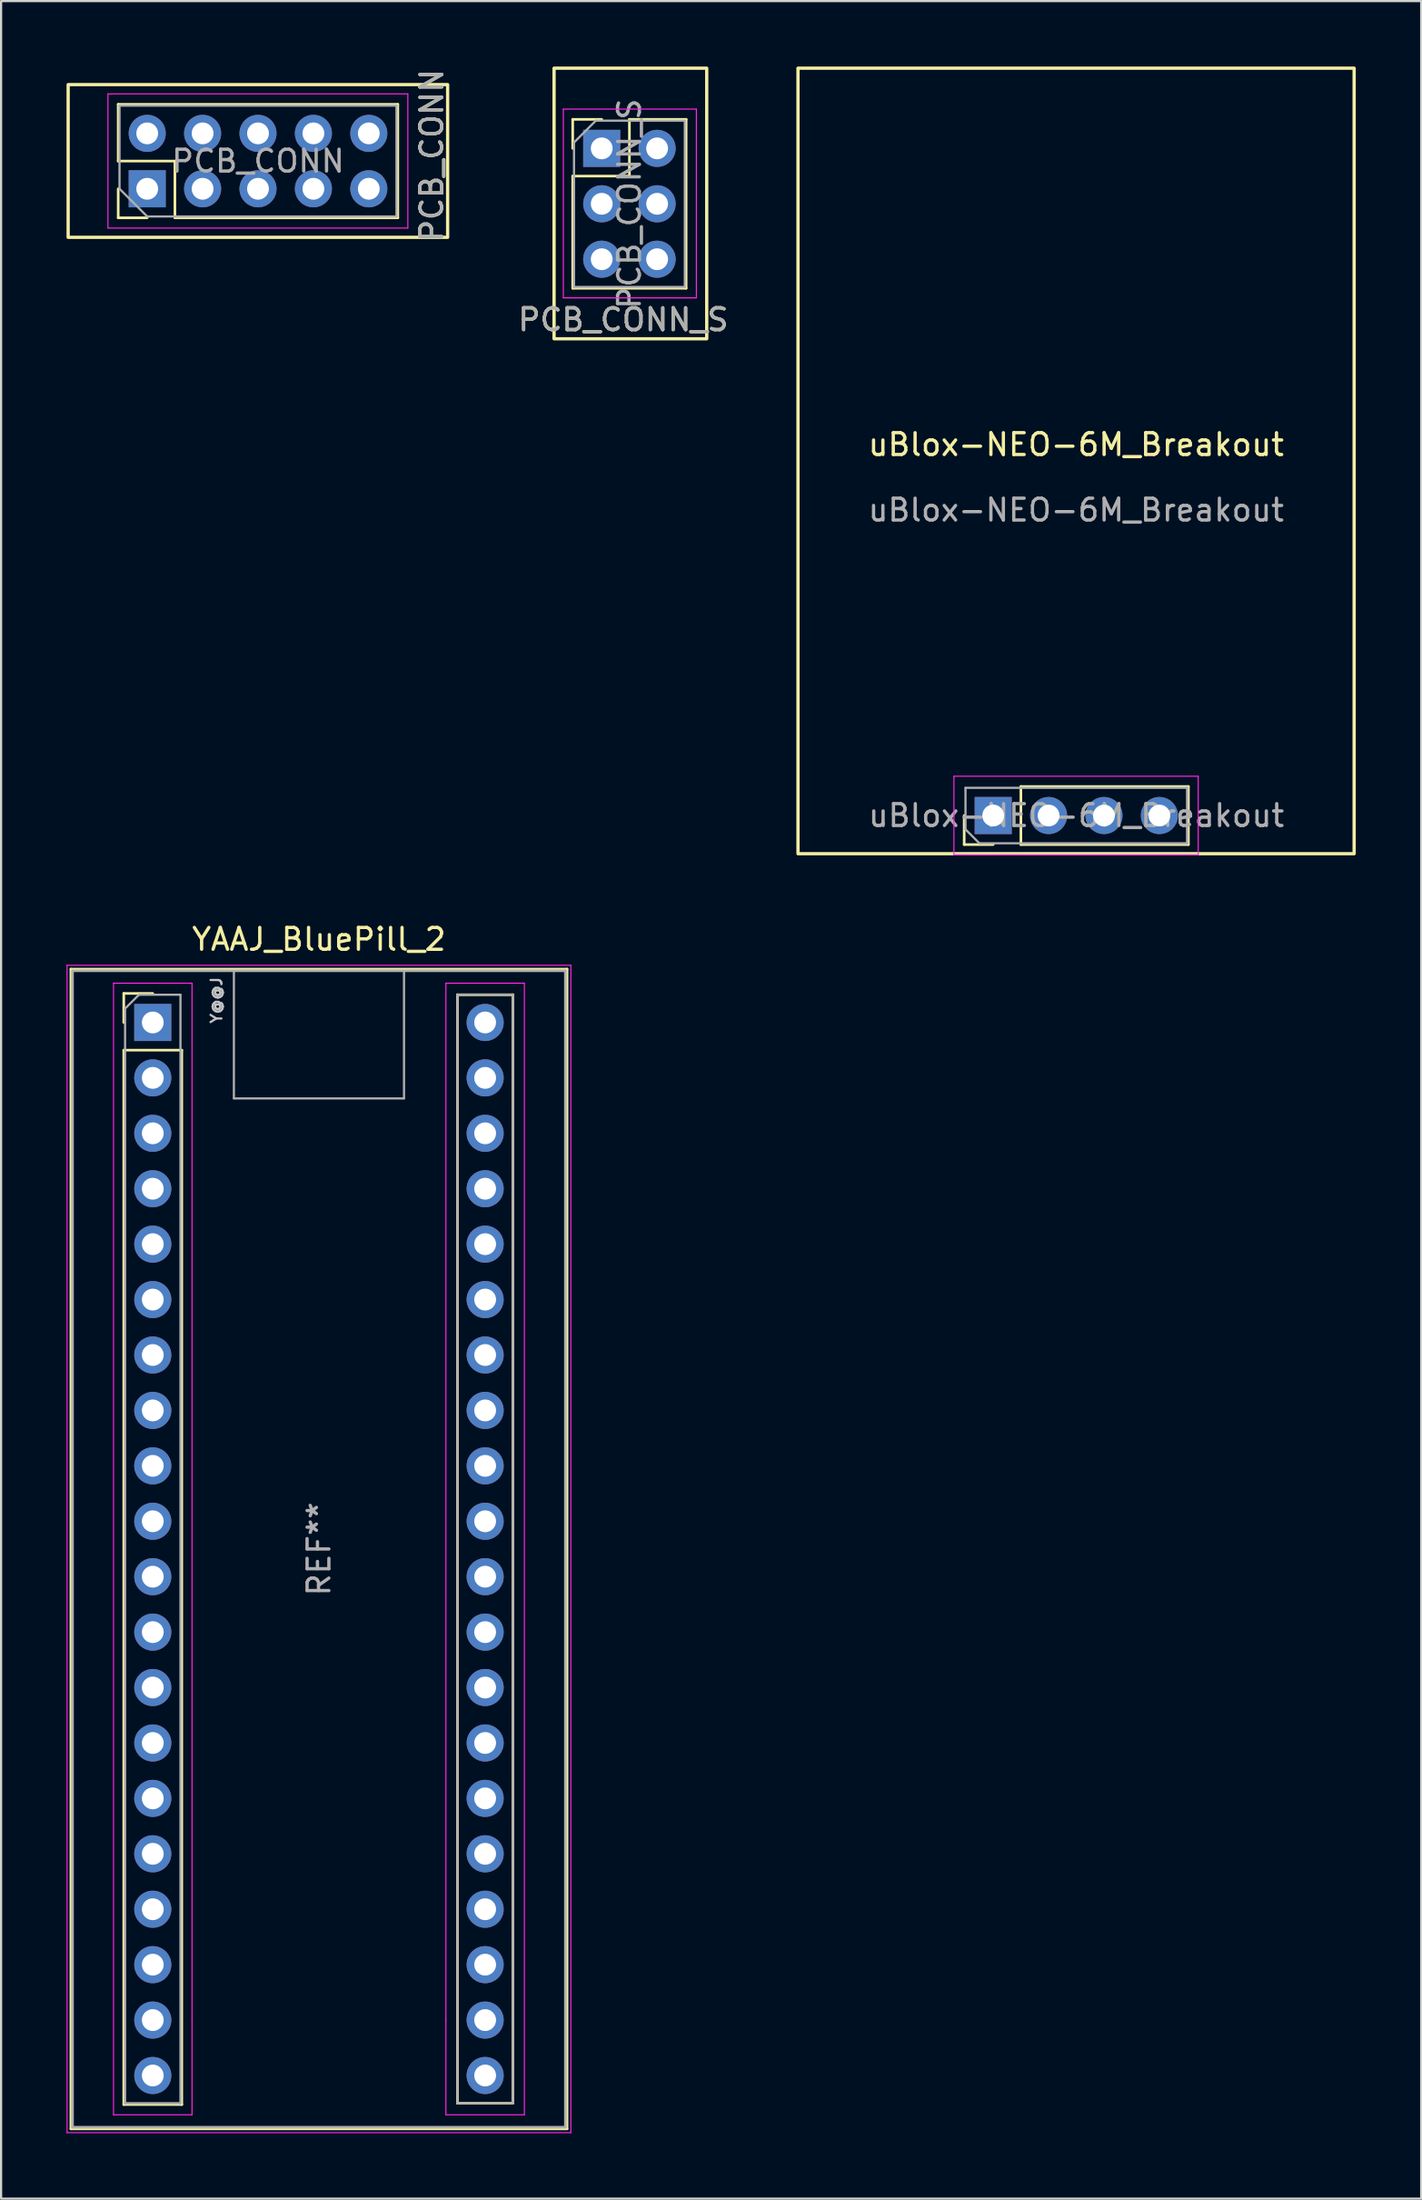
<source format=kicad_pcb>
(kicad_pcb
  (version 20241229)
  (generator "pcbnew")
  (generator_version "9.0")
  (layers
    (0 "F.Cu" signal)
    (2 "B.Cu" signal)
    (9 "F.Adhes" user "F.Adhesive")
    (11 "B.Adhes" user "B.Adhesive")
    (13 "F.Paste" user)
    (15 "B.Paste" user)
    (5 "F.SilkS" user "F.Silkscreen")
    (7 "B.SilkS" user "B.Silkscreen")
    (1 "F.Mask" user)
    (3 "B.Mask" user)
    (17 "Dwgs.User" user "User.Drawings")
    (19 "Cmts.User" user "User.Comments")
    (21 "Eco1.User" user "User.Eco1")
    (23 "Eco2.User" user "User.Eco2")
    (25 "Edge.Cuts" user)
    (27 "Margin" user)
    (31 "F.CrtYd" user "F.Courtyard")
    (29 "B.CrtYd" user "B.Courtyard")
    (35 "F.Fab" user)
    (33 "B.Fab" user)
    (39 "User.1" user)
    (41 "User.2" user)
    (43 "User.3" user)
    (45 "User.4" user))
  (footprint "PCB_CONN_S"
    (layer "F.Cu")
    (at 25.78 6.6)
    (property "Reference" "PCB_CONN_S" (at -0.25 5 0) (unlocked yes) (layer "F.SilkS") (effects (font (size 1 1) (thickness 0.15))))
    (attr through_hole)
    (fp_line (start -2.57 -4.18) (end -2.57 -2.85) (stroke (width 0.12) (type solid)) (layer "F.SilkS"))
    (fp_line (start -2.57 -1.58) (end -2.57 3.56) (stroke (width 0.12) (type solid)) (layer "F.SilkS"))
    (fp_line (start -1.24 -4.18) (end -2.57 -4.18) (stroke (width 0.12) (type solid)) (layer "F.SilkS"))
    (fp_line (start 0.03 -4.18) (end 0.03 -1.58) (stroke (width 0.12) (type solid)) (layer "F.SilkS"))
    (fp_line (start 0.03 -1.58) (end -2.57 -1.58) (stroke (width 0.12) (type solid)) (layer "F.SilkS"))
    (fp_line (start 2.63 -4.18) (end 0.03 -4.18) (stroke (width 0.12) (type solid)) (layer "F.SilkS"))
    (fp_line (start 2.63 -4.18) (end 2.63 3.56) (stroke (width 0.12) (type solid)) (layer "F.SilkS"))
    (fp_line (start 2.63 3.56) (end -2.57 3.56) (stroke (width 0.12) (type solid)) (layer "F.SilkS"))
    (fp_poly (pts (xy -3.425 -6.525) (xy -3.425 5.875) (xy 3.575 5.875) (xy 3.575 -6.525)) (stroke (width 0.15) (type solid)) (fill no) (layer "F.SilkS"))
    (fp_line (start -3 -4.65) (end -3 4) (stroke (width 0.05) (type solid)) (layer "F.CrtYd"))
    (fp_line (start -3 4) (end 3.1 4) (stroke (width 0.05) (type solid)) (layer "F.CrtYd"))
    (fp_line (start 3.1 -4.65) (end -3 -4.65) (stroke (width 0.05) (type solid)) (layer "F.CrtYd"))
    (fp_line (start 3.1 4) (end 3.1 -4.65) (stroke (width 0.05) (type solid)) (layer "F.CrtYd"))
    (fp_line (start -2.51 -3.12) (end -2.51 3.5) (stroke (width 0.1) (type solid)) (layer "F.Fab"))
    (fp_line (start -2.51 3.5) (end 2.57 3.5) (stroke (width 0.1) (type solid)) (layer "F.Fab"))
    (fp_line (start -1.51 -4.12) (end -2.51 -3.12) (stroke (width 0.1) (type solid)) (layer "F.Fab"))
    (fp_line (start 2.57 -4.12) (end -1.51 -4.12) (stroke (width 0.1) (type solid)) (layer "F.Fab"))
    (fp_line (start 2.57 3.5) (end 2.57 -4.12) (stroke (width 0.1) (type solid)) (layer "F.Fab"))
    (fp_text user "${REFERENCE}" (at 0.03 -0.31 90) (layer "F.Fab") (effects (font (size 1 1) (thickness 0.15))))
    (fp_text user "${REFERENCE}" (at -0.25 5 0) (unlocked yes) (layer "F.Fab") (effects (font (size 1 1) (thickness 0.15))))
    (pad "1" thru_hole rect (at -1.24 -2.85) (size 1.7 1.7) (drill 1) (layers "*.Cu" "*.Mask"))
    (pad "2" thru_hole oval (at 1.3 -2.85) (size 1.7 1.7) (drill 1) (layers "*.Cu" "*.Mask"))
    (pad "3" thru_hole oval (at -1.24 -0.31) (size 1.7 1.7) (drill 1) (layers "*.Cu" "*.Mask"))
    (pad "4" thru_hole oval (at 1.3 -0.31) (size 1.7 1.7) (drill 1) (layers "*.Cu" "*.Mask"))
    (pad "5" thru_hole oval (at -1.24 2.23) (size 1.7 1.7) (drill 1) (layers "*.Cu" "*.Mask"))
    (pad "6" thru_hole oval (at 1.3 2.23) (size 1.7 1.7) (drill 1) (layers "*.Cu" "*.Mask")))
  (footprint "PCB_CONN"
    (layer "F.Cu")
    (at 8.78 4.327)
    (property "Reference" "PCB_CONN" (at 7.968 -0.25 90) (unlocked yes) (layer "F.SilkS") (effects (font (size 1 1) (thickness 0.15))))
    (attr through_hole)
    (fp_line (start -6.41 -2.595) (end 6.41 -2.595) (stroke (width 0.12) (type solid)) (layer "F.SilkS"))
    (fp_line (start -6.41 0.005) (end -6.41 -2.595) (stroke (width 0.12) (type solid)) (layer "F.SilkS"))
    (fp_line (start -6.41 2.605) (end -6.41 1.275) (stroke (width 0.12) (type solid)) (layer "F.SilkS"))
    (fp_line (start -5.08 2.605) (end -6.41 2.605) (stroke (width 0.12) (type solid)) (layer "F.SilkS"))
    (fp_line (start -3.81 0.005) (end -6.41 0.005) (stroke (width 0.12) (type solid)) (layer "F.SilkS"))
    (fp_line (start -3.81 2.605) (end -3.81 0.005) (stroke (width 0.12) (type solid)) (layer "F.SilkS"))
    (fp_line (start -3.81 2.605) (end 6.41 2.605) (stroke (width 0.12) (type solid)) (layer "F.SilkS"))
    (fp_line (start 6.41 2.605) (end 6.41 -2.595) (stroke (width 0.12) (type solid)) (layer "F.SilkS"))
    (fp_poly (pts (xy 8.695 3.5) (xy -8.705 3.5) (xy -8.705 -3.5) (xy 8.695 -3.5)) (stroke (width 0.15) (type solid)) (fill no) (layer "F.SilkS"))
    (fp_line (start -6.88 -3.075) (end -6.88 3.075) (stroke (width 0.05) (type solid)) (layer "F.CrtYd"))
    (fp_line (start -6.88 3.075) (end 6.87 3.075) (stroke (width 0.05) (type solid)) (layer "F.CrtYd"))
    (fp_line (start 6.87 -3.075) (end -6.88 -3.075) (stroke (width 0.05) (type solid)) (layer "F.CrtYd"))
    (fp_line (start 6.87 3.075) (end 6.87 -3.075) (stroke (width 0.05) (type solid)) (layer "F.CrtYd"))
    (fp_line (start -6.35 -2.535) (end 6.35 -2.535) (stroke (width 0.1) (type solid)) (layer "F.Fab"))
    (fp_line (start -6.35 1.275) (end -6.35 -2.535) (stroke (width 0.1) (type solid)) (layer "F.Fab"))
    (fp_line (start -5.08 2.545) (end -6.35 1.275) (stroke (width 0.1) (type solid)) (layer "F.Fab"))
    (fp_line (start 6.35 -2.535) (end 6.35 2.545) (stroke (width 0.1) (type solid)) (layer "F.Fab"))
    (fp_line (start 6.35 2.545) (end -5.08 2.545) (stroke (width 0.1) (type solid)) (layer "F.Fab"))
    (fp_text user "${REFERENCE}" (at 7.968 -0.25 90) (unlocked yes) (layer "F.Fab") (effects (font (size 1 1) (thickness 0.15))))
    (fp_text user "${REFERENCE}" (at 0 0.005 0) (layer "F.Fab") (effects (font (size 1 1) (thickness 0.15))))
    (pad "1" thru_hole rect (at -5.08 1.275 90) (size 1.7 1.7) (drill 1) (layers "*.Cu" "*.Mask"))
    (pad "2" thru_hole oval (at -5.08 -1.265 90) (size 1.7 1.7) (drill 1) (layers "*.Cu" "*.Mask"))
    (pad "3" thru_hole oval (at -2.54 1.275 90) (size 1.7 1.7) (drill 1) (layers "*.Cu" "*.Mask"))
    (pad "4" thru_hole oval (at -2.54 -1.265 90) (size 1.7 1.7) (drill 1) (layers "*.Cu" "*.Mask"))
    (pad "5" thru_hole oval (at 0 1.275 90) (size 1.7 1.7) (drill 1) (layers "*.Cu" "*.Mask"))
    (pad "6" thru_hole oval (at 0 -1.265 90) (size 1.7 1.7) (drill 1) (layers "*.Cu" "*.Mask"))
    (pad "7" thru_hole oval (at 2.54 1.275 90) (size 1.7 1.7) (drill 1) (layers "*.Cu" "*.Mask"))
    (pad "8" thru_hole oval (at 2.54 -1.265 90) (size 1.7 1.7) (drill 1) (layers "*.Cu" "*.Mask"))
    (pad "9" thru_hole oval (at 5.08 1.275 90) (size 1.7 1.7) (drill 1) (layers "*.Cu" "*.Mask"))
    (pad "10" thru_hole oval (at 5.08 -1.265 90) (size 1.7 1.7) (drill 1) (layers "*.Cu" "*.Mask")))
  (footprint "uBlox-NEO-6M_Breakout"
    (layer "F.Cu")
    (at 46.29 17.825)
    (property "Reference" "uBlox-NEO-6M_Breakout" (at 0 -0.5 0) (unlocked yes) (layer "F.SilkS") (effects (font (size 1 1) (thickness 0.15))))
    (attr through_hole)
    (fp_line (start -5.13 17.83) (end -5.13 16.5) (stroke (width 0.12) (type solid)) (layer "F.SilkS"))
    (fp_line (start -3.8 17.83) (end -5.13 17.83) (stroke (width 0.12) (type solid)) (layer "F.SilkS"))
    (fp_line (start -2.53 15.17) (end 5.15 15.17) (stroke (width 0.12) (type solid)) (layer "F.SilkS"))
    (fp_line (start -2.53 17.83) (end -2.53 15.17) (stroke (width 0.12) (type solid)) (layer "F.SilkS"))
    (fp_line (start -2.53 17.83) (end 5.15 17.83) (stroke (width 0.12) (type solid)) (layer "F.SilkS"))
    (fp_line (start 5.15 17.83) (end 5.15 15.17) (stroke (width 0.12) (type solid)) (layer "F.SilkS"))
    (fp_rect (start -12.75 18.25) (end 12.75 -17.75) (stroke (width 0.15) (type solid)) (fill no) (layer "F.SilkS"))
    (fp_line (start -5.6 14.7) (end -5.6 18.3) (stroke (width 0.05) (type solid)) (layer "F.CrtYd"))
    (fp_line (start -5.6 18.3) (end 5.6 18.3) (stroke (width 0.05) (type solid)) (layer "F.CrtYd"))
    (fp_line (start 5.6 14.7) (end -5.6 14.7) (stroke (width 0.05) (type solid)) (layer "F.CrtYd"))
    (fp_line (start 5.6 18.3) (end 5.6 14.7) (stroke (width 0.05) (type solid)) (layer "F.CrtYd"))
    (fp_line (start -5.07 15.23) (end 5.09 15.23) (stroke (width 0.1) (type solid)) (layer "F.Fab"))
    (fp_line (start -5.07 17.135) (end -5.07 15.23) (stroke (width 0.1) (type solid)) (layer "F.Fab"))
    (fp_line (start -4.435 17.77) (end -5.07 17.135) (stroke (width 0.1) (type solid)) (layer "F.Fab"))
    (fp_line (start 5.09 15.23) (end 5.09 17.77) (stroke (width 0.1) (type solid)) (layer "F.Fab"))
    (fp_line (start 5.09 17.77) (end -4.435 17.77) (stroke (width 0.1) (type solid)) (layer "F.Fab"))
    (fp_text user "${REFERENCE}" (at 0.01 16.5 180) (layer "F.Fab") (effects (font (size 1 1) (thickness 0.15))))
    (fp_text user "${REFERENCE}" (at 0 2.5 0) (unlocked yes) (layer "F.Fab") (effects (font (size 1 1) (thickness 0.15))))
    (pad "1" thru_hole rect (at -3.8 16.5 90) (size 1.7 1.7) (drill 1) (layers "*.Cu" "*.Mask"))
    (pad "2" thru_hole oval (at -1.26 16.5 90) (size 1.7 1.7) (drill 1) (layers "*.Cu" "*.Mask"))
    (pad "3" thru_hole oval (at 1.28 16.5 90) (size 1.7 1.7) (drill 1) (layers "*.Cu" "*.Mask"))
    (pad "4" thru_hole oval (at 3.82 16.5 90) (size 1.7 1.7) (drill 1) (layers "*.Cu" "*.Mask")))
  (footprint "YAAJ_BluePill_2"
    (layer "F.Cu")
    (at 3.955 43.808)
    (property "Reference" "YAAJ_BluePill_2" (at 7.62 -3.81 0) (layer "F.SilkS") (effects (font (size 1 1) (thickness 0.15))))
    (attr through_hole)
    (fp_line (start -3.755 -2.445) (end 18.995 -2.445) (stroke (width 0.12) (type solid)) (layer "F.SilkS"))
    (fp_line (start -3.755 50.705) (end -3.755 -2.445) (stroke (width 0.12) (type solid)) (layer "F.SilkS"))
    (fp_line (start -1.33 -1.33) (end 0 -1.33) (stroke (width 0.12) (type solid)) (layer "F.SilkS"))
    (fp_line (start -1.33 0) (end -1.33 -1.33) (stroke (width 0.12) (type solid)) (layer "F.SilkS"))
    (fp_line (start -1.33 1.27) (end 1.33 1.27) (stroke (width 0.12) (type solid)) (layer "F.SilkS"))
    (fp_line (start -1.33 49.59) (end -1.33 1.27) (stroke (width 0.12) (type solid)) (layer "F.SilkS"))
    (fp_line (start 1.33 1.27) (end 1.33 49.59) (stroke (width 0.12) (type solid)) (layer "F.SilkS"))
    (fp_line (start 1.33 49.59) (end -1.33 49.59) (stroke (width 0.12) (type solid)) (layer "F.SilkS"))
    (fp_line (start 13.97 -1.27) (end 16.51 -1.27) (stroke (width 0.12) (type solid)) (layer "F.SilkS"))
    (fp_line (start 13.97 49.53) (end 13.97 -1.27) (stroke (width 0.12) (type solid)) (layer "F.SilkS"))
    (fp_line (start 16.51 -1.27) (end 16.51 49.53) (stroke (width 0.12) (type solid)) (layer "F.SilkS"))
    (fp_line (start 16.51 49.53) (end 13.97 49.53) (stroke (width 0.12) (type solid)) (layer "F.SilkS"))
    (fp_line (start 18.995 -2.445) (end 18.995 50.705) (stroke (width 0.12) (type solid)) (layer "F.SilkS"))
    (fp_line (start 18.995 50.705) (end -3.755 50.705) (stroke (width 0.12) (type solid)) (layer "F.SilkS"))
    (fp_line (start -3.93 -2.62) (end 19.17 -2.62) (stroke (width 0.05) (type solid)) (layer "F.CrtYd"))
    (fp_line (start -3.93 50.88) (end -3.93 -2.62) (stroke (width 0.05) (type solid)) (layer "F.CrtYd"))
    (fp_line (start -1.8 -1.8) (end -1.8 50.06) (stroke (width 0.05) (type solid)) (layer "F.CrtYd"))
    (fp_line (start -1.8 50.06) (end 1.8 50.06) (stroke (width 0.05) (type solid)) (layer "F.CrtYd"))
    (fp_line (start 1.8 -1.8) (end -1.8 -1.8) (stroke (width 0.05) (type solid)) (layer "F.CrtYd"))
    (fp_line (start 1.8 -1.8) (end 1.8 45.72) (stroke (width 0.05) (type solid)) (layer "F.CrtYd"))
    (fp_line (start 1.8 45.72) (end 1.8 50.06) (stroke (width 0.05) (type solid)) (layer "F.CrtYd"))
    (fp_line (start 13.44 -1.8) (end 13.44 45.72) (stroke (width 0.05) (type solid)) (layer "F.CrtYd"))
    (fp_line (start 13.44 -1.8) (end 17.04 -1.8) (stroke (width 0.05) (type solid)) (layer "F.CrtYd"))
    (fp_line (start 13.44 45.72) (end 13.44 50.06) (stroke (width 0.05) (type solid)) (layer "F.CrtYd"))
    (fp_line (start 17.04 -1.8) (end 17.04 50.06) (stroke (width 0.05) (type solid)) (layer "F.CrtYd"))
    (fp_line (start 17.04 50.06) (end 13.44 50.06) (stroke (width 0.05) (type solid)) (layer "F.CrtYd"))
    (fp_line (start 19.17 -2.62) (end 19.17 50.88) (stroke (width 0.05) (type solid)) (layer "F.CrtYd"))
    (fp_line (start 19.17 50.88) (end -3.93 50.88) (stroke (width 0.05) (type solid)) (layer "F.CrtYd"))
    (fp_line (start -3.68 -2.37) (end 18.92 -2.37) (stroke (width 0.12) (type solid)) (layer "F.Fab"))
    (fp_line (start -3.68 50.63) (end -3.68 -2.32) (stroke (width 0.12) (type solid)) (layer "F.Fab"))
    (fp_line (start -3.68 50.63) (end 18.92 50.63) (stroke (width 0.12) (type solid)) (layer "F.Fab"))
    (fp_line (start -1.27 -0.635) (end -0.635 -1.27) (stroke (width 0.1) (type solid)) (layer "F.Fab"))
    (fp_line (start -1.27 49.53) (end -1.27 -0.635) (stroke (width 0.1) (type solid)) (layer "F.Fab"))
    (fp_line (start -0.635 -1.27) (end 1.27 -1.27) (stroke (width 0.1) (type solid)) (layer "F.Fab"))
    (fp_line (start 1.27 -1.27) (end 1.27 49.53) (stroke (width 0.1) (type solid)) (layer "F.Fab"))
    (fp_line (start 1.27 49.53) (end -1.27 49.53) (stroke (width 0.1) (type solid)) (layer "F.Fab"))
    (fp_line (start 3.72 3.48) (end 3.72 -2.32) (stroke (width 0.1) (type solid)) (layer "F.Fab"))
    (fp_line (start 3.72 3.48) (end 11.52 3.48) (stroke (width 0.1) (type solid)) (layer "F.Fab"))
    (fp_line (start 11.52 3.48) (end 11.52 -2.32) (stroke (width 0.1) (type solid)) (layer "F.Fab"))
    (fp_line (start 13.97 -1.27) (end 16.51 -1.27) (stroke (width 0.1) (type solid)) (layer "F.Fab"))
    (fp_line (start 13.97 49.53) (end 13.97 -1.27) (stroke (width 0.1) (type solid)) (layer "F.Fab"))
    (fp_line (start 16.51 -1.27) (end 16.51 49.53) (stroke (width 0.1) (type solid)) (layer "F.Fab"))
    (fp_line (start 16.51 49.53) (end 13.97 49.53) (stroke (width 0.1) (type solid)) (layer "F.Fab"))
    (fp_line (start 18.92 -2.37) (end 18.92 50.63) (stroke (width 0.12) (type solid)) (layer "F.Fab"))
    (fp_text user "Y@@J" (at 2.921 -1.016 90) (unlocked yes) (layer "Dwgs.User") (effects (font (size 0.5 0.5) (thickness 0.1))))
    (fp_text user "REF**" (at 7.62 24.13 90) (layer "F.Fab") (effects (font (size 1 1) (thickness 0.15))))
    (pad "1" thru_hole rect (at 0 0) (size 1.7 1.7) (drill 1) (layers "*.Cu" "*.Mask"))
    (pad "2" thru_hole circle (at 0 2.54) (size 1.7 1.7) (drill 1) (layers "*.Cu" "*.Mask"))
    (pad "3" thru_hole circle (at 0 5.08) (size 1.7 1.7) (drill 1) (layers "*.Cu" "*.Mask"))
    (pad "4" thru_hole circle (at 0 7.62) (size 1.7 1.7) (drill 1) (layers "*.Cu" "*.Mask"))
    (pad "5" thru_hole circle (at 0 10.16) (size 1.7 1.7) (drill 1) (layers "*.Cu" "*.Mask"))
    (pad "6" thru_hole circle (at 0 12.7) (size 1.7 1.7) (drill 1) (layers "*.Cu" "*.Mask"))
    (pad "7" thru_hole circle (at 0 15.24) (size 1.7 1.7) (drill 1) (layers "*.Cu" "*.Mask"))
    (pad "8" thru_hole circle (at 0 17.78) (size 1.7 1.7) (drill 1) (layers "*.Cu" "*.Mask"))
    (pad "9" thru_hole circle (at 0 20.32) (size 1.7 1.7) (drill 1) (layers "*.Cu" "*.Mask"))
    (pad "10" thru_hole circle (at 0 22.86) (size 1.7 1.7) (drill 1) (layers "*.Cu" "*.Mask"))
    (pad "11" thru_hole circle (at 0 25.4) (size 1.7 1.7) (drill 1) (layers "*.Cu" "*.Mask"))
    (pad "12" thru_hole circle (at 0 27.94) (size 1.7 1.7) (drill 1) (layers "*.Cu" "*.Mask"))
    (pad "13" thru_hole circle (at 0 30.48) (size 1.7 1.7) (drill 1) (layers "*.Cu" "*.Mask"))
    (pad "14" thru_hole circle (at 0 33.02) (size 1.7 1.7) (drill 1) (layers "*.Cu" "*.Mask"))
    (pad "15" thru_hole circle (at 0 35.56) (size 1.7 1.7) (drill 1) (layers "*.Cu" "*.Mask"))
    (pad "16" thru_hole circle (at 0 38.1) (size 1.7 1.7) (drill 1) (layers "*.Cu" "*.Mask"))
    (pad "17" thru_hole circle (at 0 40.64) (size 1.7 1.7) (drill 1) (layers "*.Cu" "*.Mask"))
    (pad "18" thru_hole circle (at 0 43.18) (size 1.7 1.7) (drill 1) (layers "*.Cu" "*.Mask"))
    (pad "19" thru_hole circle (at 0 45.72) (size 1.7 1.7) (drill 1) (layers "*.Cu" "*.Mask"))
    (pad "20" thru_hole circle (at 0 48.26) (size 1.7 1.7) (drill 1) (layers "*.Cu" "*.Mask"))
    (pad "21" thru_hole circle (at 15.24 48.26) (size 1.7 1.7) (drill 1) (layers "*.Cu" "*.Mask"))
    (pad "22" thru_hole circle (at 15.24 45.72) (size 1.7 1.7) (drill 1) (layers "*.Cu" "*.Mask"))
    (pad "23" thru_hole circle (at 15.24 43.18) (size 1.7 1.7) (drill 1) (layers "*.Cu" "*.Mask"))
    (pad "24" thru_hole circle (at 15.24 40.64) (size 1.7 1.7) (drill 1) (layers "*.Cu" "*.Mask"))
    (pad "25" thru_hole circle (at 15.24 38.1) (size 1.7 1.7) (drill 1) (layers "*.Cu" "*.Mask"))
    (pad "26" thru_hole circle (at 15.24 35.56) (size 1.7 1.7) (drill 1) (layers "*.Cu" "*.Mask"))
    (pad "27" thru_hole circle (at 15.24 33.02) (size 1.7 1.7) (drill 1) (layers "*.Cu" "*.Mask"))
    (pad "28" thru_hole circle (at 15.24 30.48) (size 1.7 1.7) (drill 1) (layers "*.Cu" "*.Mask"))
    (pad "29" thru_hole circle (at 15.24 27.94) (size 1.7 1.7) (drill 1) (layers "*.Cu" "*.Mask"))
    (pad "30" thru_hole circle (at 15.24 25.4) (size 1.7 1.7) (drill 1) (layers "*.Cu" "*.Mask"))
    (pad "31" thru_hole circle (at 15.24 22.86) (size 1.7 1.7) (drill 1) (layers "*.Cu" "*.Mask"))
    (pad "32" thru_hole circle (at 15.24 20.32) (size 1.7 1.7) (drill 1) (layers "*.Cu" "*.Mask"))
    (pad "33" thru_hole circle (at 15.24 17.78) (size 1.7 1.7) (drill 1) (layers "*.Cu" "*.Mask"))
    (pad "34" thru_hole circle (at 15.24 15.24) (size 1.7 1.7) (drill 1) (layers "*.Cu" "*.Mask"))
    (pad "35" thru_hole circle (at 15.24 12.7) (size 1.7 1.7) (drill 1) (layers "*.Cu" "*.Mask"))
    (pad "36" thru_hole circle (at 15.24 10.16) (size 1.7 1.7) (drill 1) (layers "*.Cu" "*.Mask"))
    (pad "37" thru_hole circle (at 15.24 7.62) (size 1.7 1.7) (drill 1) (layers "*.Cu" "*.Mask"))
    (pad "38" thru_hole circle (at 15.24 5.08) (size 1.7 1.7) (drill 1) (layers "*.Cu" "*.Mask"))
    (pad "39" thru_hole circle (at 15.24 2.54) (size 1.7 1.7) (drill 1) (layers "*.Cu" "*.Mask"))
    (pad "40" thru_hole circle (at 15.24 0) (size 1.7 1.7) (drill 1) (layers "*.Cu" "*.Mask")))
  (gr_rect
    (start -3 -3)
    (end 62.115 97.713)
    (stroke (width 0.1) (type default))
    (fill no)
    (layer "Edge.Cuts")))
</source>
